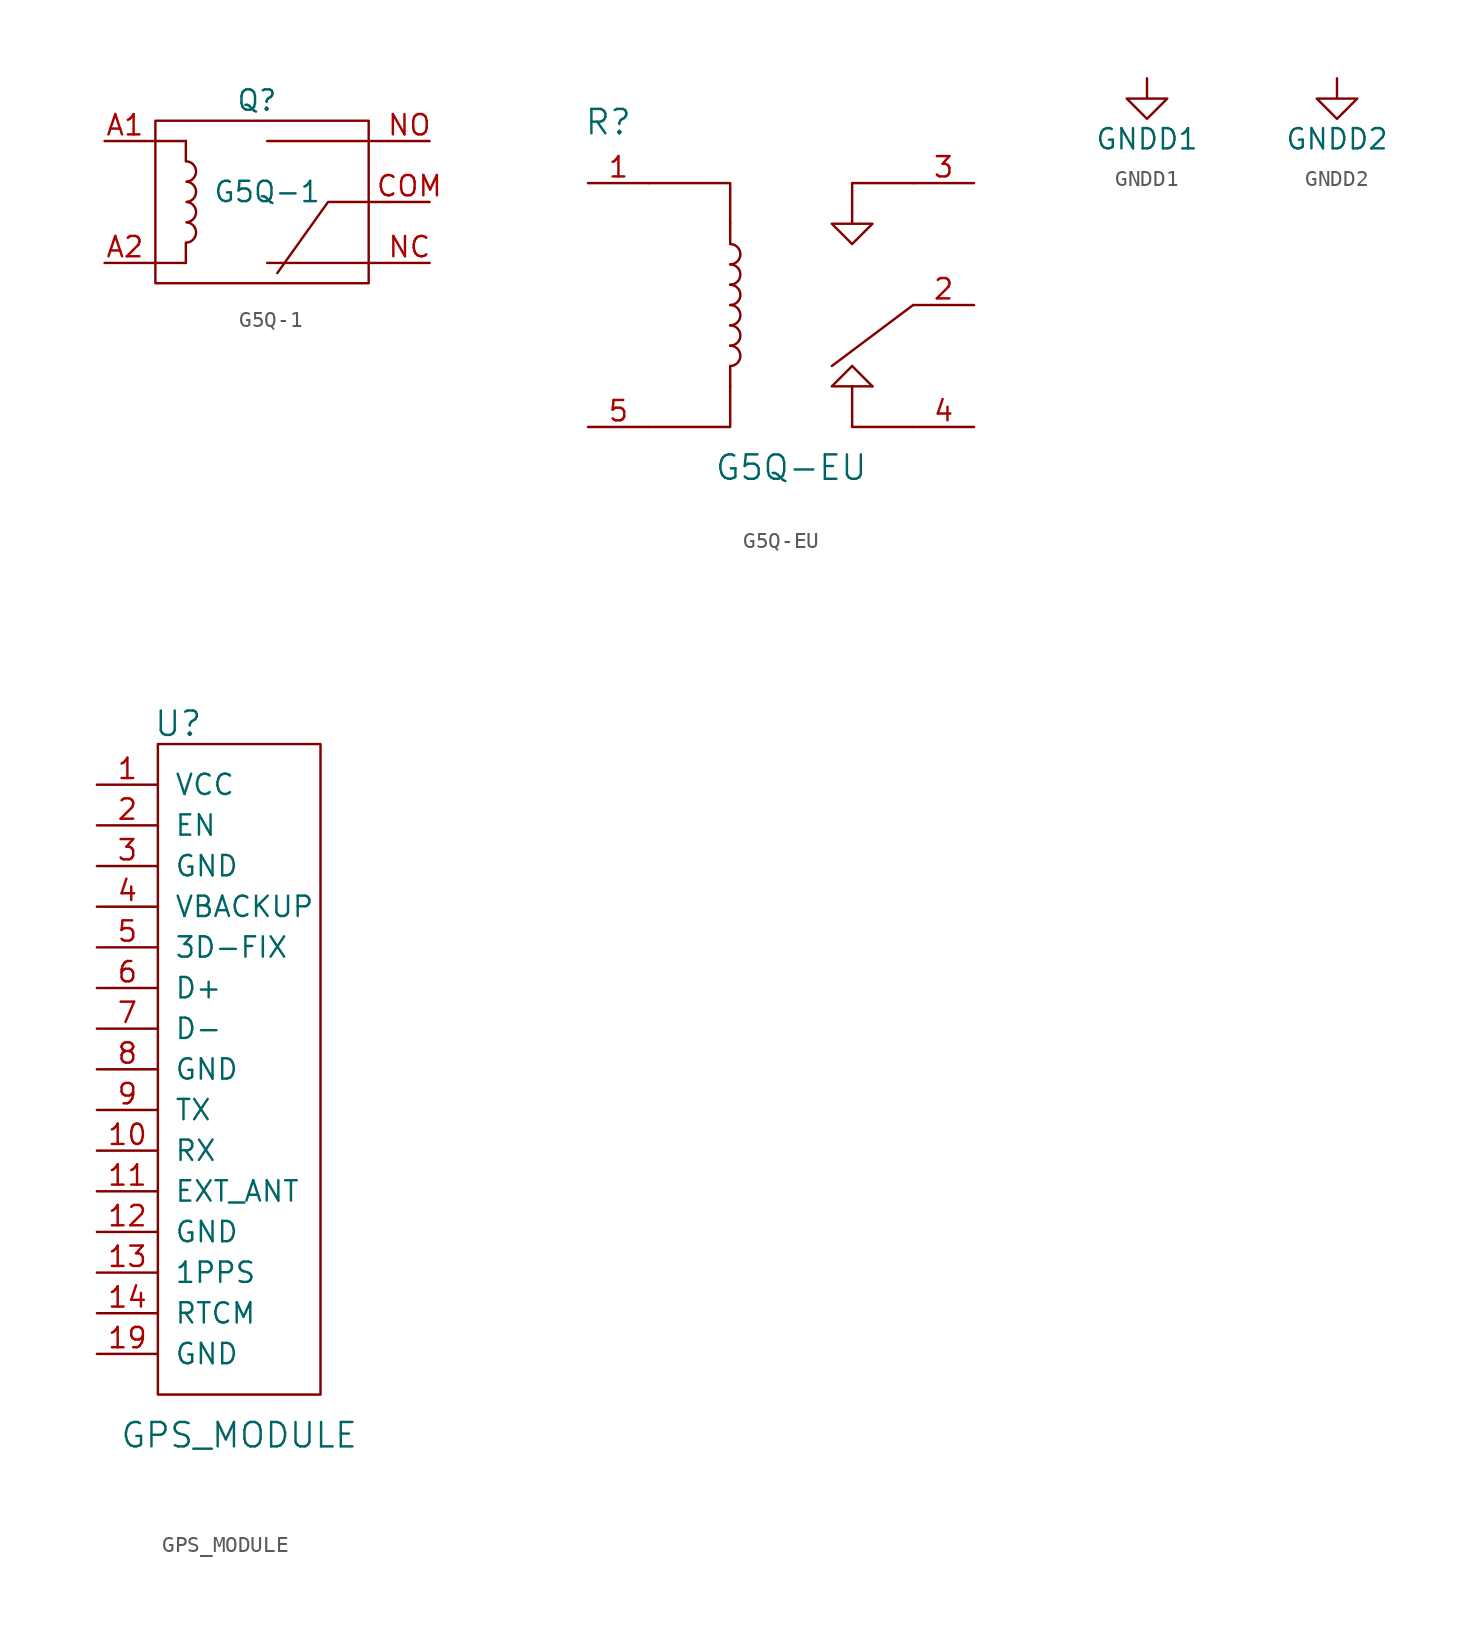
<source format=kicad_sym>
(kicad_symbol_lib
  (version 20211014)
  (generator kicad_symbol_editor)
  (symbol "G5Q-1"
    (property "Reference" "Q"
      (at -0.635 6.35 0)
      (effects (font (size 1.27 1.27))))
    (property "Value" "G5Q-1"
      (at 0 0.635 0)
      (effects (font (size 1.27 1.27))))
    (symbol "G5Q-1_0_1"
      (rectangle (start -6.985 5.08) (end 6.35 -5.08) (stroke (width 0.152) (type default) (color 0 0 0 0)) (fill (type none)))
      (arc (start -5.0214 -2.54) (mid -4.4423 -1.905) (end -5.0214 -1.27) (stroke (width 0.1524) (type default) (color 0 0 0 0)) (fill (type none)))
      (arc (start -5.0214 -1.27) (mid -4.4423 -0.635) (end -5.0214 0) (stroke (width 0.1524) (type default) (color 0 0 0 0)) (fill (type none)))
      (arc (start -5.0214 0) (mid -4.4423 0.635) (end -5.0214 1.27) (stroke (width 0.1524) (type default) (color 0 0 0 0)) (fill (type none)))
      (arc (start -5.0214 1.27) (mid -4.4423 1.905) (end -5.0214 2.54) (stroke (width 0.1524) (type default) (color 0 0 0 0)) (fill (type none)))
      (polyline (pts (xy -7.62 -3.81) (xy -5.08 -3.81)) (stroke (width 0.152) (type default) (color 0 0 0 0)) (fill (type none)))
      (polyline (pts (xy -7.62 3.81) (xy -5.08 3.81)) (stroke (width 0.152) (type default) (color 0 0 0 0)) (fill (type none)))
      (polyline (pts (xy -5.08 -3.81) (xy -5.08 -2.54)) (stroke (width 0.152) (type default) (color 0 0 0 0)) (fill (type none)))
      (polyline (pts (xy -5.08 3.81) (xy -5.08 2.54)) (stroke (width 0.152) (type default) (color 0 0 0 0)) (fill (type none)))
      (polyline (pts (xy -5.08 3.81) (xy -5.08 3.81)) (stroke (width 0.152) (type default) (color 0 0 0 0)) (fill (type none)))
      (polyline (pts (xy 7.62 -3.81) (xy 0 -3.81)) (stroke (width 0.152) (type default) (color 0 0 0 0)) (fill (type none)))
      (polyline (pts (xy 7.62 3.81) (xy 0 3.81)) (stroke (width 0.152) (type default) (color 0 0 0 0)) (fill (type none)))
      (polyline (pts (xy 7.62 0) (xy 3.81 0) (xy 0.635 -4.445)) (stroke (width 0.152) (type default) (color 0 0 0 0)) (fill (type none))))
    (symbol "G5Q-1_1_1"
      (pin input line (at -10.16 3.81 0) (length 2.54) (name "" (effects (font (size 1.27 1.27)))) (number "A1" (effects (font (size 1.27 1.27)))))
      (pin input line (at -10.16 -3.81 0) (length 2.54) (name "" (effects (font (size 1.27 1.27)))) (number "A2" (effects (font (size 1.27 1.27)))))
      (pin input line (at 10.16 0 180) (length 2.54) (name "" (effects (font (size 1.27 1.27)))) (number "COM" (effects (font (size 1.27 1.27)))))
      (pin input line (at 10.16 -3.81 180) (length 2.54) (name "" (effects (font (size 1.27 1.27)))) (number "NC" (effects (font (size 1.27 1.27)))))
      (pin input line (at 10.16 3.81 180) (length 2.54) (name "" (effects (font (size 1.27 1.27)))) (number "NO" (effects (font (size 1.27 1.27)))))))
  (symbol "G5Q-EU"
    (pin_names
      (offset 1.016))
    (property "Reference" "R"
      (at -11.43 11.43 0)
      (effects (font (size 1.524 1.524))))
    (property "Value" "G5Q-EU"
      (at 0 -10.16 0)
      (effects (font (size 1.524 1.524))))
    (property "Footprint" ""
      (at -3.81 0 0)
      (effects (font (size 1.524 1.524))))
    (property "Datasheet" ""
      (at -3.81 0 0)
      (effects (font (size 1.524 1.524))))
    (symbol "G5Q-EU_0_1"
      (rectangle (start -3.81 -5.08) (end -3.81 -3.81) (stroke (width 0) (type default) (color 0 0 0 0)) (fill (type none)))
      (arc (start -3.81 -3.81) (mid -3.175 -3.175) (end -3.81 -2.54) (stroke (width 0) (type default) (color 0 0 0 0)) (fill (type none)))
      (arc (start -3.81 -2.54) (mid -3.175 -1.905) (end -3.81 -1.27) (stroke (width 0) (type default) (color 0 0 0 0)) (fill (type none)))
      (arc (start -3.81 -1.27) (mid -3.175 -0.635) (end -3.81 0) (stroke (width 0) (type default) (color 0 0 0 0)) (fill (type none)))
      (arc (start -3.81 0) (mid -3.175 0.635) (end -3.81 1.27) (stroke (width 0) (type default) (color 0 0 0 0)) (fill (type none)))
      (arc (start -3.81 1.27) (mid -3.175 1.905) (end -3.81 2.54) (stroke (width 0) (type default) (color 0 0 0 0)) (fill (type none)))
      (arc (start -3.81 2.54) (mid -3.175 3.175) (end -3.81 3.81) (stroke (width 0) (type default) (color 0 0 0 0)) (fill (type none)))
      (rectangle (start -3.81 3.81) (end -3.81 5.08) (stroke (width 0) (type default) (color 0 0 0 0)) (fill (type none)))
      (polyline (pts (xy 3.81 -7.62) (xy 7.62 -7.62)) (stroke (width 0) (type default) (color 0 0 0 0)) (fill (type none)))
      (polyline (pts (xy 3.81 7.62) (xy 7.62 7.62)) (stroke (width 0) (type default) (color 0 0 0 0)) (fill (type none)))
      (polyline (pts (xy 7.62 0) (xy 2.54 -3.81)) (stroke (width 0) (type default) (color 0 0 0 0)) (fill (type none)))
      (polyline (pts (xy 3.81 -5.08) (xy 5.08 -5.08) (xy 5.08 -5.08)) (stroke (width 0) (type default) (color 0 0 0 0)) (fill (type none)))
      (polyline (pts (xy -8.89 -7.62) (xy -3.81 -7.62) (xy -3.81 -5.08) (xy -3.81 -5.08)) (stroke (width 0) (type default) (color 0 0 0 0)) (fill (type none)))
      (polyline (pts (xy -8.89 7.62) (xy -3.81 7.62) (xy -3.81 5.08) (xy -3.81 5.08)) (stroke (width 0) (type default) (color 0 0 0 0)) (fill (type none)))
      (polyline (pts (xy 5.08 -5.08) (xy 3.81 -3.81) (xy 3.81 -3.81) (xy 3.81 -3.81)) (stroke (width 0) (type default) (color 0 0 0 0)) (fill (type none)))
      (polyline (pts (xy 3.81 -7.62) (xy 3.81 -5.08) (xy 2.54 -5.08) (xy 3.81 -3.81) (xy 3.81 -3.81)) (stroke (width 0) (type default) (color 0 0 0 0)) (fill (type none)))
      (polyline (pts (xy 3.81 7.62) (xy 3.81 5.08) (xy 2.54 5.08) (xy 3.81 3.81) (xy 5.08 5.08) (xy 3.81 5.08) (xy 3.81 5.08)) (stroke (width 0) (type default) (color 0 0 0 0)) (fill (type none))))
    (symbol "G5Q-EU_1_1"
      (pin passive line (at -12.7 7.62 0) (length 3.81) (name "~" (effects (font (size 1.27 1.27)))) (number "1" (effects (font (size 1.27 1.27)))))
      (pin passive line (at 11.43 0 180) (length 3.81) (name "~" (effects (font (size 1.27 1.27)))) (number "2" (effects (font (size 1.27 1.27)))))
      (pin passive line (at 11.43 7.62 180) (length 3.81) (name "~" (effects (font (size 1.27 1.27)))) (number "3" (effects (font (size 1.27 1.27)))))
      (pin passive line (at 11.43 -7.62 180) (length 3.81) (name "~" (effects (font (size 1.27 1.27)))) (number "4" (effects (font (size 1.27 1.27)))))
      (pin passive line (at -12.7 -7.62 0) (length 3.81) (name "~" (effects (font (size 1.27 1.27)))) (number "5" (effects (font (size 1.27 1.27)))))))
  (symbol "GNDD1"
    (power)
    (pin_names
      (offset 0))
    (property "Reference" "#PWR"
      (at 0 -6.35 0)
      (effects (font (size 1.27 1.27)) hide))
    (property "Value" "GNDD1"
      (at 0 -3.81 0)
      (effects (font (size 1.27 1.27))))
    (property "Footprint" ""
      (at 0 0 0)
      (effects (font (size 1.27 1.27))))
    (property "Datasheet" ""
      (at 0 0 0)
      (effects (font (size 1.27 1.27))))
    (symbol "GNDD1_0_1"
      (polyline (pts (xy 0 0) (xy 0 -1.27) (xy 1.27 -1.27) (xy 0 -2.54) (xy -1.27 -1.27) (xy 0 -1.27)) (stroke (width 0) (type default) (color 0 0 0 0)) (fill (type none))))
    (symbol "GNDD1_1_1"
      (pin power_in line (at 0 0 270) (length 0) hide (name "GNDD1" (effects (font (size 1.27 1.27)))) (number "1" (effects (font (size 1.27 1.27)))))))
  (symbol "GNDD2"
    (power)
    (pin_names
      (offset 0))
    (property "Reference" "#PWR"
      (at 0 -6.35 0)
      (effects (font (size 1.27 1.27)) hide))
    (property "Value" "GNDD2"
      (at 0 -3.81 0)
      (effects (font (size 1.27 1.27))))
    (property "Footprint" ""
      (at 0 0 0)
      (effects (font (size 1.27 1.27))))
    (property "Datasheet" ""
      (at 0 0 0)
      (effects (font (size 1.27 1.27))))
    (symbol "GNDD2_0_1"
      (polyline (pts (xy 0 0) (xy 0 -1.27) (xy 1.27 -1.27) (xy 0 -2.54) (xy -1.27 -1.27) (xy 0 -1.27)) (stroke (width 0) (type default) (color 0 0 0 0)) (fill (type none))))
    (symbol "GNDD2_1_1"
      (pin power_in line (at 0 0 270) (length 0) hide (name "GNDD2" (effects (font (size 1.27 1.27)))) (number "1" (effects (font (size 1.27 1.27)))))))
  (symbol "GPS_MODULE"
    (pin_names
      (offset 1.016))
    (property "Reference" "U"
      (at -3.81 21.59 0)
      (effects (font (size 1.524 1.524))))
    (property "Value" "GPS_MODULE"
      (at 0 -22.86 0)
      (effects (font (size 1.524 1.524))))
    (property "Footprint" ""
      (at 0 0 0)
      (effects (font (size 1.524 1.524))))
    (property "Datasheet" ""
      (at 0 0 0)
      (effects (font (size 1.524 1.524))))
    (symbol "GPS_MODULE_0_1"
      (rectangle (start -5.08 20.32) (end 5.08 -20.32) (stroke (width 0) (type default) (color 0 0 0 0)) (fill (type none))))
    (symbol "GPS_MODULE_1_1"
      (pin passive line (at -8.89 17.78 0) (length 3.81) (name "VCC" (effects (font (size 1.27 1.27)))) (number "1" (effects (font (size 1.27 1.27)))))
      (pin passive line (at -8.89 -5.08 0) (length 3.81) (name "RX" (effects (font (size 1.27 1.27)))) (number "10" (effects (font (size 1.27 1.27)))))
      (pin passive line (at -8.89 -7.62 0) (length 3.81) (name "EXT_ANT" (effects (font (size 1.27 1.27)))) (number "11" (effects (font (size 1.27 1.27)))))
      (pin passive line (at -8.89 -10.16 0) (length 3.81) (name "GND" (effects (font (size 1.27 1.27)))) (number "12" (effects (font (size 1.27 1.27)))))
      (pin passive line (at -8.89 -12.7 0) (length 3.81) (name "1PPS" (effects (font (size 1.27 1.27)))) (number "13" (effects (font (size 1.27 1.27)))))
      (pin passive line (at -8.89 -15.24 0) (length 3.81) (name "RTCM" (effects (font (size 1.27 1.27)))) (number "14" (effects (font (size 1.27 1.27)))))
      (pin passive line (at -8.89 -17.78 0) (length 3.81) (name "GND" (effects (font (size 1.27 1.27)))) (number "19" (effects (font (size 1.27 1.27)))))
      (pin passive line (at -8.89 15.24 0) (length 3.81) (name "EN" (effects (font (size 1.27 1.27)))) (number "2" (effects (font (size 1.27 1.27)))))
      (pin passive line (at -8.89 12.7 0) (length 3.81) (name "GND" (effects (font (size 1.27 1.27)))) (number "3" (effects (font (size 1.27 1.27)))))
      (pin passive line (at -8.89 10.16 0) (length 3.81) (name "VBACKUP" (effects (font (size 1.27 1.27)))) (number "4" (effects (font (size 1.27 1.27)))))
      (pin passive line (at -8.89 7.62 0) (length 3.81) (name "3D-FIX" (effects (font (size 1.27 1.27)))) (number "5" (effects (font (size 1.27 1.27)))))
      (pin passive line (at -8.89 5.08 0) (length 3.81) (name "D+" (effects (font (size 1.27 1.27)))) (number "6" (effects (font (size 1.27 1.27)))))
      (pin passive line (at -8.89 2.54 0) (length 3.81) (name "D-" (effects (font (size 1.27 1.27)))) (number "7" (effects (font (size 1.27 1.27)))))
      (pin passive line (at -8.89 0 0) (length 3.81) (name "GND" (effects (font (size 1.27 1.27)))) (number "8" (effects (font (size 1.27 1.27)))))
      (pin passive line (at -8.89 -2.54 0) (length 3.81) (name "TX" (effects (font (size 1.27 1.27)))) (number "9" (effects (font (size 1.27 1.27))))))))
</source>
